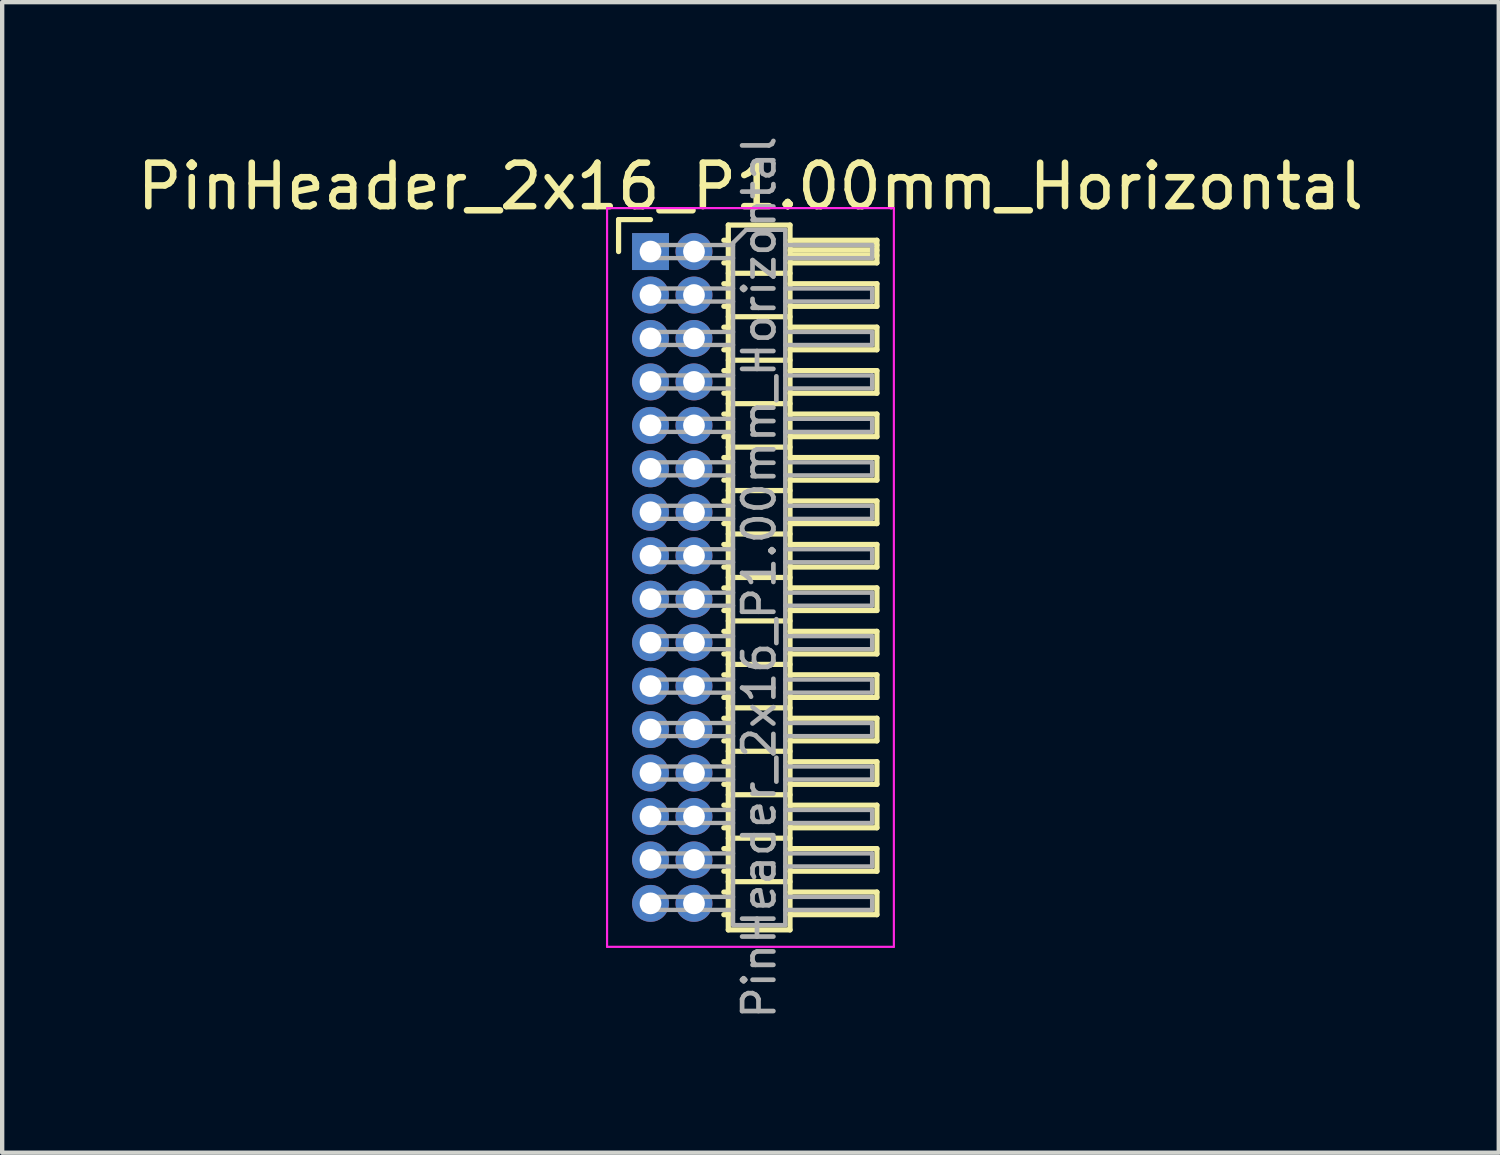
<source format=kicad_pcb>
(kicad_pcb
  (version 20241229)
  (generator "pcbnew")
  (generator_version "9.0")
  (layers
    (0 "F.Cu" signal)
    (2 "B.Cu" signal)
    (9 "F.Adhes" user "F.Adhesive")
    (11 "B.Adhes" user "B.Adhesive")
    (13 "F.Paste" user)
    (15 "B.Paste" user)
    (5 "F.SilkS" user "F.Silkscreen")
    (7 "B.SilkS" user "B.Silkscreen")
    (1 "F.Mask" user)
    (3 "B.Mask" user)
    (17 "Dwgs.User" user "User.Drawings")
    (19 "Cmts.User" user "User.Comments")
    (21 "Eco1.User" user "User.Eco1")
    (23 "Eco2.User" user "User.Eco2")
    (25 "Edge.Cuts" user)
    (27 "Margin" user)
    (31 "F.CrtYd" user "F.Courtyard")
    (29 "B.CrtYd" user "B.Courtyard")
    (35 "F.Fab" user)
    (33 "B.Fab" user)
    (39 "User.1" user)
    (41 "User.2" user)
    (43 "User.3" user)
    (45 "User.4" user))
  (footprint "PinHeader_2x16_P1.00mm_Horizontal"
    (layer "F.Cu")
    (at 11.92 2.739)
    (property "Reference" "PinHeader_2x16_P1.00mm_Horizontal" (at 2.3 -1.5 0) (layer "F.SilkS") (effects (font (size 1 1) (thickness 0.15))))
    (attr through_hole)
    (fp_line (start -0.735 -0.735) (end 0 -0.735) (stroke (width 0.12) (type solid)) (layer "F.SilkS"))
    (fp_line (start -0.735 0) (end -0.735 -0.735) (stroke (width 0.12) (type solid)) (layer "F.SilkS"))
    (fp_line (start 1.687 -0.26) (end 1.79 -0.26) (stroke (width 0.12) (type solid)) (layer "F.SilkS"))
    (fp_line (start 1.687 0.26) (end 1.79 0.26) (stroke (width 0.12) (type solid)) (layer "F.SilkS"))
    (fp_line (start 1.687 0.74) (end 1.79 0.74) (stroke (width 0.12) (type solid)) (layer "F.SilkS"))
    (fp_line (start 1.687 1.26) (end 1.79 1.26) (stroke (width 0.12) (type solid)) (layer "F.SilkS"))
    (fp_line (start 1.687 1.74) (end 1.79 1.74) (stroke (width 0.12) (type solid)) (layer "F.SilkS"))
    (fp_line (start 1.687 2.26) (end 1.79 2.26) (stroke (width 0.12) (type solid)) (layer "F.SilkS"))
    (fp_line (start 1.687 2.74) (end 1.79 2.74) (stroke (width 0.12) (type solid)) (layer "F.SilkS"))
    (fp_line (start 1.687 3.26) (end 1.79 3.26) (stroke (width 0.12) (type solid)) (layer "F.SilkS"))
    (fp_line (start 1.687 3.74) (end 1.79 3.74) (stroke (width 0.12) (type solid)) (layer "F.SilkS"))
    (fp_line (start 1.687 4.26) (end 1.79 4.26) (stroke (width 0.12) (type solid)) (layer "F.SilkS"))
    (fp_line (start 1.687 4.74) (end 1.79 4.74) (stroke (width 0.12) (type solid)) (layer "F.SilkS"))
    (fp_line (start 1.687 5.26) (end 1.79 5.26) (stroke (width 0.12) (type solid)) (layer "F.SilkS"))
    (fp_line (start 1.687 5.74) (end 1.79 5.74) (stroke (width 0.12) (type solid)) (layer "F.SilkS"))
    (fp_line (start 1.687 6.26) (end 1.79 6.26) (stroke (width 0.12) (type solid)) (layer "F.SilkS"))
    (fp_line (start 1.687 6.74) (end 1.79 6.74) (stroke (width 0.12) (type solid)) (layer "F.SilkS"))
    (fp_line (start 1.687 7.26) (end 1.79 7.26) (stroke (width 0.12) (type solid)) (layer "F.SilkS"))
    (fp_line (start 1.687 7.74) (end 1.79 7.74) (stroke (width 0.12) (type solid)) (layer "F.SilkS"))
    (fp_line (start 1.687 8.26) (end 1.79 8.26) (stroke (width 0.12) (type solid)) (layer "F.SilkS"))
    (fp_line (start 1.687 8.74) (end 1.79 8.74) (stroke (width 0.12) (type solid)) (layer "F.SilkS"))
    (fp_line (start 1.687 9.26) (end 1.79 9.26) (stroke (width 0.12) (type solid)) (layer "F.SilkS"))
    (fp_line (start 1.687 9.74) (end 1.79 9.74) (stroke (width 0.12) (type solid)) (layer "F.SilkS"))
    (fp_line (start 1.687 10.26) (end 1.79 10.26) (stroke (width 0.12) (type solid)) (layer "F.SilkS"))
    (fp_line (start 1.687 10.74) (end 1.79 10.74) (stroke (width 0.12) (type solid)) (layer "F.SilkS"))
    (fp_line (start 1.687 11.26) (end 1.79 11.26) (stroke (width 0.12) (type solid)) (layer "F.SilkS"))
    (fp_line (start 1.687 11.74) (end 1.79 11.74) (stroke (width 0.12) (type solid)) (layer "F.SilkS"))
    (fp_line (start 1.687 12.26) (end 1.79 12.26) (stroke (width 0.12) (type solid)) (layer "F.SilkS"))
    (fp_line (start 1.687 12.74) (end 1.79 12.74) (stroke (width 0.12) (type solid)) (layer "F.SilkS"))
    (fp_line (start 1.687 13.26) (end 1.79 13.26) (stroke (width 0.12) (type solid)) (layer "F.SilkS"))
    (fp_line (start 1.687 13.74) (end 1.79 13.74) (stroke (width 0.12) (type solid)) (layer "F.SilkS"))
    (fp_line (start 1.687 14.26) (end 1.79 14.26) (stroke (width 0.12) (type solid)) (layer "F.SilkS"))
    (fp_line (start 1.687 14.74) (end 1.79 14.74) (stroke (width 0.12) (type solid)) (layer "F.SilkS"))
    (fp_line (start 1.687 15.26) (end 1.79 15.26) (stroke (width 0.12) (type solid)) (layer "F.SilkS"))
    (fp_line (start 1.79 -0.61) (end 1.79 15.61) (stroke (width 0.12) (type solid)) (layer "F.SilkS"))
    (fp_line (start 1.79 0.5) (end 3.21 0.5) (stroke (width 0.12) (type solid)) (layer "F.SilkS"))
    (fp_line (start 1.79 1.5) (end 3.21 1.5) (stroke (width 0.12) (type solid)) (layer "F.SilkS"))
    (fp_line (start 1.79 2.5) (end 3.21 2.5) (stroke (width 0.12) (type solid)) (layer "F.SilkS"))
    (fp_line (start 1.79 3.5) (end 3.21 3.5) (stroke (width 0.12) (type solid)) (layer "F.SilkS"))
    (fp_line (start 1.79 4.5) (end 3.21 4.5) (stroke (width 0.12) (type solid)) (layer "F.SilkS"))
    (fp_line (start 1.79 5.5) (end 3.21 5.5) (stroke (width 0.12) (type solid)) (layer "F.SilkS"))
    (fp_line (start 1.79 6.5) (end 3.21 6.5) (stroke (width 0.12) (type solid)) (layer "F.SilkS"))
    (fp_line (start 1.79 7.5) (end 3.21 7.5) (stroke (width 0.12) (type solid)) (layer "F.SilkS"))
    (fp_line (start 1.79 8.5) (end 3.21 8.5) (stroke (width 0.12) (type solid)) (layer "F.SilkS"))
    (fp_line (start 1.79 9.5) (end 3.21 9.5) (stroke (width 0.12) (type solid)) (layer "F.SilkS"))
    (fp_line (start 1.79 10.5) (end 3.21 10.5) (stroke (width 0.12) (type solid)) (layer "F.SilkS"))
    (fp_line (start 1.79 11.5) (end 3.21 11.5) (stroke (width 0.12) (type solid)) (layer "F.SilkS"))
    (fp_line (start 1.79 12.5) (end 3.21 12.5) (stroke (width 0.12) (type solid)) (layer "F.SilkS"))
    (fp_line (start 1.79 13.5) (end 3.21 13.5) (stroke (width 0.12) (type solid)) (layer "F.SilkS"))
    (fp_line (start 1.79 14.5) (end 3.21 14.5) (stroke (width 0.12) (type solid)) (layer "F.SilkS"))
    (fp_line (start 1.79 15.61) (end 3.21 15.61) (stroke (width 0.12) (type solid)) (layer "F.SilkS"))
    (fp_line (start 3.21 -0.61) (end 1.79 -0.61) (stroke (width 0.12) (type solid)) (layer "F.SilkS"))
    (fp_line (start 3.21 -0.26) (end 5.21 -0.26) (stroke (width 0.12) (type solid)) (layer "F.SilkS"))
    (fp_line (start 3.21 -0.15) (end 5.21 -0.15) (stroke (width 0.12) (type solid)) (layer "F.SilkS"))
    (fp_line (start 3.21 -0.03) (end 5.21 -0.03) (stroke (width 0.12) (type solid)) (layer "F.SilkS"))
    (fp_line (start 3.21 0.09) (end 5.21 0.09) (stroke (width 0.12) (type solid)) (layer "F.SilkS"))
    (fp_line (start 3.21 0.74) (end 5.21 0.74) (stroke (width 0.12) (type solid)) (layer "F.SilkS"))
    (fp_line (start 3.21 1.74) (end 5.21 1.74) (stroke (width 0.12) (type solid)) (layer "F.SilkS"))
    (fp_line (start 3.21 2.74) (end 5.21 2.74) (stroke (width 0.12) (type solid)) (layer "F.SilkS"))
    (fp_line (start 3.21 3.74) (end 5.21 3.74) (stroke (width 0.12) (type solid)) (layer "F.SilkS"))
    (fp_line (start 3.21 4.74) (end 5.21 4.74) (stroke (width 0.12) (type solid)) (layer "F.SilkS"))
    (fp_line (start 3.21 5.74) (end 5.21 5.74) (stroke (width 0.12) (type solid)) (layer "F.SilkS"))
    (fp_line (start 3.21 6.74) (end 5.21 6.74) (stroke (width 0.12) (type solid)) (layer "F.SilkS"))
    (fp_line (start 3.21 7.74) (end 5.21 7.74) (stroke (width 0.12) (type solid)) (layer "F.SilkS"))
    (fp_line (start 3.21 8.74) (end 5.21 8.74) (stroke (width 0.12) (type solid)) (layer "F.SilkS"))
    (fp_line (start 3.21 9.74) (end 5.21 9.74) (stroke (width 0.12) (type solid)) (layer "F.SilkS"))
    (fp_line (start 3.21 10.74) (end 5.21 10.74) (stroke (width 0.12) (type solid)) (layer "F.SilkS"))
    (fp_line (start 3.21 11.74) (end 5.21 11.74) (stroke (width 0.12) (type solid)) (layer "F.SilkS"))
    (fp_line (start 3.21 12.74) (end 5.21 12.74) (stroke (width 0.12) (type solid)) (layer "F.SilkS"))
    (fp_line (start 3.21 13.74) (end 5.21 13.74) (stroke (width 0.12) (type solid)) (layer "F.SilkS"))
    (fp_line (start 3.21 14.74) (end 5.21 14.74) (stroke (width 0.12) (type solid)) (layer "F.SilkS"))
    (fp_line (start 3.21 15.61) (end 3.21 -0.61) (stroke (width 0.12) (type solid)) (layer "F.SilkS"))
    (fp_line (start 5.21 -0.26) (end 5.21 0.26) (stroke (width 0.12) (type solid)) (layer "F.SilkS"))
    (fp_line (start 5.21 0.26) (end 3.21 0.26) (stroke (width 0.12) (type solid)) (layer "F.SilkS"))
    (fp_line (start 5.21 0.74) (end 5.21 1.26) (stroke (width 0.12) (type solid)) (layer "F.SilkS"))
    (fp_line (start 5.21 1.26) (end 3.21 1.26) (stroke (width 0.12) (type solid)) (layer "F.SilkS"))
    (fp_line (start 5.21 1.74) (end 5.21 2.26) (stroke (width 0.12) (type solid)) (layer "F.SilkS"))
    (fp_line (start 5.21 2.26) (end 3.21 2.26) (stroke (width 0.12) (type solid)) (layer "F.SilkS"))
    (fp_line (start 5.21 2.74) (end 5.21 3.26) (stroke (width 0.12) (type solid)) (layer "F.SilkS"))
    (fp_line (start 5.21 3.26) (end 3.21 3.26) (stroke (width 0.12) (type solid)) (layer "F.SilkS"))
    (fp_line (start 5.21 3.74) (end 5.21 4.26) (stroke (width 0.12) (type solid)) (layer "F.SilkS"))
    (fp_line (start 5.21 4.26) (end 3.21 4.26) (stroke (width 0.12) (type solid)) (layer "F.SilkS"))
    (fp_line (start 5.21 4.74) (end 5.21 5.26) (stroke (width 0.12) (type solid)) (layer "F.SilkS"))
    (fp_line (start 5.21 5.26) (end 3.21 5.26) (stroke (width 0.12) (type solid)) (layer "F.SilkS"))
    (fp_line (start 5.21 5.74) (end 5.21 6.26) (stroke (width 0.12) (type solid)) (layer "F.SilkS"))
    (fp_line (start 5.21 6.26) (end 3.21 6.26) (stroke (width 0.12) (type solid)) (layer "F.SilkS"))
    (fp_line (start 5.21 6.74) (end 5.21 7.26) (stroke (width 0.12) (type solid)) (layer "F.SilkS"))
    (fp_line (start 5.21 7.26) (end 3.21 7.26) (stroke (width 0.12) (type solid)) (layer "F.SilkS"))
    (fp_line (start 5.21 7.74) (end 5.21 8.26) (stroke (width 0.12) (type solid)) (layer "F.SilkS"))
    (fp_line (start 5.21 8.26) (end 3.21 8.26) (stroke (width 0.12) (type solid)) (layer "F.SilkS"))
    (fp_line (start 5.21 8.74) (end 5.21 9.26) (stroke (width 0.12) (type solid)) (layer "F.SilkS"))
    (fp_line (start 5.21 9.26) (end 3.21 9.26) (stroke (width 0.12) (type solid)) (layer "F.SilkS"))
    (fp_line (start 5.21 9.74) (end 5.21 10.26) (stroke (width 0.12) (type solid)) (layer "F.SilkS"))
    (fp_line (start 5.21 10.26) (end 3.21 10.26) (stroke (width 0.12) (type solid)) (layer "F.SilkS"))
    (fp_line (start 5.21 10.74) (end 5.21 11.26) (stroke (width 0.12) (type solid)) (layer "F.SilkS"))
    (fp_line (start 5.21 11.26) (end 3.21 11.26) (stroke (width 0.12) (type solid)) (layer "F.SilkS"))
    (fp_line (start 5.21 11.74) (end 5.21 12.26) (stroke (width 0.12) (type solid)) (layer "F.SilkS"))
    (fp_line (start 5.21 12.26) (end 3.21 12.26) (stroke (width 0.12) (type solid)) (layer "F.SilkS"))
    (fp_line (start 5.21 12.74) (end 5.21 13.26) (stroke (width 0.12) (type solid)) (layer "F.SilkS"))
    (fp_line (start 5.21 13.26) (end 3.21 13.26) (stroke (width 0.12) (type solid)) (layer "F.SilkS"))
    (fp_line (start 5.21 13.74) (end 5.21 14.26) (stroke (width 0.12) (type solid)) (layer "F.SilkS"))
    (fp_line (start 5.21 14.26) (end 3.21 14.26) (stroke (width 0.12) (type solid)) (layer "F.SilkS"))
    (fp_line (start 5.21 14.74) (end 5.21 15.26) (stroke (width 0.12) (type solid)) (layer "F.SilkS"))
    (fp_line (start 5.21 15.26) (end 3.21 15.26) (stroke (width 0.12) (type solid)) (layer "F.SilkS"))
    (fp_line (start -1 -1) (end -1 16) (stroke (width 0.05) (type solid)) (layer "F.CrtYd"))
    (fp_line (start -1 16) (end 5.6 16) (stroke (width 0.05) (type solid)) (layer "F.CrtYd"))
    (fp_line (start 5.6 -1) (end -1 -1) (stroke (width 0.05) (type solid)) (layer "F.CrtYd"))
    (fp_line (start 5.6 16) (end 5.6 -1) (stroke (width 0.05) (type solid)) (layer "F.CrtYd"))
    (fp_line (start -0.15 -0.15) (end -0.15 0.15) (stroke (width 0.1) (type solid)) (layer "F.Fab"))
    (fp_line (start -0.15 -0.15) (end 1.9 -0.15) (stroke (width 0.1) (type solid)) (layer "F.Fab"))
    (fp_line (start -0.15 0.15) (end 1.9 0.15) (stroke (width 0.1) (type solid)) (layer "F.Fab"))
    (fp_line (start -0.15 0.85) (end -0.15 1.15) (stroke (width 0.1) (type solid)) (layer "F.Fab"))
    (fp_line (start -0.15 0.85) (end 1.9 0.85) (stroke (width 0.1) (type solid)) (layer "F.Fab"))
    (fp_line (start -0.15 1.15) (end 1.9 1.15) (stroke (width 0.1) (type solid)) (layer "F.Fab"))
    (fp_line (start -0.15 1.85) (end -0.15 2.15) (stroke (width 0.1) (type solid)) (layer "F.Fab"))
    (fp_line (start -0.15 1.85) (end 1.9 1.85) (stroke (width 0.1) (type solid)) (layer "F.Fab"))
    (fp_line (start -0.15 2.15) (end 1.9 2.15) (stroke (width 0.1) (type solid)) (layer "F.Fab"))
    (fp_line (start -0.15 2.85) (end -0.15 3.15) (stroke (width 0.1) (type solid)) (layer "F.Fab"))
    (fp_line (start -0.15 2.85) (end 1.9 2.85) (stroke (width 0.1) (type solid)) (layer "F.Fab"))
    (fp_line (start -0.15 3.15) (end 1.9 3.15) (stroke (width 0.1) (type solid)) (layer "F.Fab"))
    (fp_line (start -0.15 3.85) (end -0.15 4.15) (stroke (width 0.1) (type solid)) (layer "F.Fab"))
    (fp_line (start -0.15 3.85) (end 1.9 3.85) (stroke (width 0.1) (type solid)) (layer "F.Fab"))
    (fp_line (start -0.15 4.15) (end 1.9 4.15) (stroke (width 0.1) (type solid)) (layer "F.Fab"))
    (fp_line (start -0.15 4.85) (end -0.15 5.15) (stroke (width 0.1) (type solid)) (layer "F.Fab"))
    (fp_line (start -0.15 4.85) (end 1.9 4.85) (stroke (width 0.1) (type solid)) (layer "F.Fab"))
    (fp_line (start -0.15 5.15) (end 1.9 5.15) (stroke (width 0.1) (type solid)) (layer "F.Fab"))
    (fp_line (start -0.15 5.85) (end -0.15 6.15) (stroke (width 0.1) (type solid)) (layer "F.Fab"))
    (fp_line (start -0.15 5.85) (end 1.9 5.85) (stroke (width 0.1) (type solid)) (layer "F.Fab"))
    (fp_line (start -0.15 6.15) (end 1.9 6.15) (stroke (width 0.1) (type solid)) (layer "F.Fab"))
    (fp_line (start -0.15 6.85) (end -0.15 7.15) (stroke (width 0.1) (type solid)) (layer "F.Fab"))
    (fp_line (start -0.15 6.85) (end 1.9 6.85) (stroke (width 0.1) (type solid)) (layer "F.Fab"))
    (fp_line (start -0.15 7.15) (end 1.9 7.15) (stroke (width 0.1) (type solid)) (layer "F.Fab"))
    (fp_line (start -0.15 7.85) (end -0.15 8.15) (stroke (width 0.1) (type solid)) (layer "F.Fab"))
    (fp_line (start -0.15 7.85) (end 1.9 7.85) (stroke (width 0.1) (type solid)) (layer "F.Fab"))
    (fp_line (start -0.15 8.15) (end 1.9 8.15) (stroke (width 0.1) (type solid)) (layer "F.Fab"))
    (fp_line (start -0.15 8.85) (end -0.15 9.15) (stroke (width 0.1) (type solid)) (layer "F.Fab"))
    (fp_line (start -0.15 8.85) (end 1.9 8.85) (stroke (width 0.1) (type solid)) (layer "F.Fab"))
    (fp_line (start -0.15 9.15) (end 1.9 9.15) (stroke (width 0.1) (type solid)) (layer "F.Fab"))
    (fp_line (start -0.15 9.85) (end -0.15 10.15) (stroke (width 0.1) (type solid)) (layer "F.Fab"))
    (fp_line (start -0.15 9.85) (end 1.9 9.85) (stroke (width 0.1) (type solid)) (layer "F.Fab"))
    (fp_line (start -0.15 10.15) (end 1.9 10.15) (stroke (width 0.1) (type solid)) (layer "F.Fab"))
    (fp_line (start -0.15 10.85) (end -0.15 11.15) (stroke (width 0.1) (type solid)) (layer "F.Fab"))
    (fp_line (start -0.15 10.85) (end 1.9 10.85) (stroke (width 0.1) (type solid)) (layer "F.Fab"))
    (fp_line (start -0.15 11.15) (end 1.9 11.15) (stroke (width 0.1) (type solid)) (layer "F.Fab"))
    (fp_line (start -0.15 11.85) (end -0.15 12.15) (stroke (width 0.1) (type solid)) (layer "F.Fab"))
    (fp_line (start -0.15 11.85) (end 1.9 11.85) (stroke (width 0.1) (type solid)) (layer "F.Fab"))
    (fp_line (start -0.15 12.15) (end 1.9 12.15) (stroke (width 0.1) (type solid)) (layer "F.Fab"))
    (fp_line (start -0.15 12.85) (end -0.15 13.15) (stroke (width 0.1) (type solid)) (layer "F.Fab"))
    (fp_line (start -0.15 12.85) (end 1.9 12.85) (stroke (width 0.1) (type solid)) (layer "F.Fab"))
    (fp_line (start -0.15 13.15) (end 1.9 13.15) (stroke (width 0.1) (type solid)) (layer "F.Fab"))
    (fp_line (start -0.15 13.85) (end -0.15 14.15) (stroke (width 0.1) (type solid)) (layer "F.Fab"))
    (fp_line (start -0.15 13.85) (end 1.9 13.85) (stroke (width 0.1) (type solid)) (layer "F.Fab"))
    (fp_line (start -0.15 14.15) (end 1.9 14.15) (stroke (width 0.1) (type solid)) (layer "F.Fab"))
    (fp_line (start -0.15 14.85) (end -0.15 15.15) (stroke (width 0.1) (type solid)) (layer "F.Fab"))
    (fp_line (start -0.15 14.85) (end 1.9 14.85) (stroke (width 0.1) (type solid)) (layer "F.Fab"))
    (fp_line (start -0.15 15.15) (end 1.9 15.15) (stroke (width 0.1) (type solid)) (layer "F.Fab"))
    (fp_line (start 1.9 -0.2) (end 2.2 -0.5) (stroke (width 0.1) (type solid)) (layer "F.Fab"))
    (fp_line (start 1.9 15.5) (end 1.9 -0.2) (stroke (width 0.1) (type solid)) (layer "F.Fab"))
    (fp_line (start 2.2 -0.5) (end 3.1 -0.5) (stroke (width 0.1) (type solid)) (layer "F.Fab"))
    (fp_line (start 3.1 -0.5) (end 3.1 15.5) (stroke (width 0.1) (type solid)) (layer "F.Fab"))
    (fp_line (start 3.1 -0.15) (end 5.1 -0.15) (stroke (width 0.1) (type solid)) (layer "F.Fab"))
    (fp_line (start 3.1 0.15) (end 5.1 0.15) (stroke (width 0.1) (type solid)) (layer "F.Fab"))
    (fp_line (start 3.1 0.85) (end 5.1 0.85) (stroke (width 0.1) (type solid)) (layer "F.Fab"))
    (fp_line (start 3.1 1.15) (end 5.1 1.15) (stroke (width 0.1) (type solid)) (layer "F.Fab"))
    (fp_line (start 3.1 1.85) (end 5.1 1.85) (stroke (width 0.1) (type solid)) (layer "F.Fab"))
    (fp_line (start 3.1 2.15) (end 5.1 2.15) (stroke (width 0.1) (type solid)) (layer "F.Fab"))
    (fp_line (start 3.1 2.85) (end 5.1 2.85) (stroke (width 0.1) (type solid)) (layer "F.Fab"))
    (fp_line (start 3.1 3.15) (end 5.1 3.15) (stroke (width 0.1) (type solid)) (layer "F.Fab"))
    (fp_line (start 3.1 3.85) (end 5.1 3.85) (stroke (width 0.1) (type solid)) (layer "F.Fab"))
    (fp_line (start 3.1 4.15) (end 5.1 4.15) (stroke (width 0.1) (type solid)) (layer "F.Fab"))
    (fp_line (start 3.1 4.85) (end 5.1 4.85) (stroke (width 0.1) (type solid)) (layer "F.Fab"))
    (fp_line (start 3.1 5.15) (end 5.1 5.15) (stroke (width 0.1) (type solid)) (layer "F.Fab"))
    (fp_line (start 3.1 5.85) (end 5.1 5.85) (stroke (width 0.1) (type solid)) (layer "F.Fab"))
    (fp_line (start 3.1 6.15) (end 5.1 6.15) (stroke (width 0.1) (type solid)) (layer "F.Fab"))
    (fp_line (start 3.1 6.85) (end 5.1 6.85) (stroke (width 0.1) (type solid)) (layer "F.Fab"))
    (fp_line (start 3.1 7.15) (end 5.1 7.15) (stroke (width 0.1) (type solid)) (layer "F.Fab"))
    (fp_line (start 3.1 7.85) (end 5.1 7.85) (stroke (width 0.1) (type solid)) (layer "F.Fab"))
    (fp_line (start 3.1 8.15) (end 5.1 8.15) (stroke (width 0.1) (type solid)) (layer "F.Fab"))
    (fp_line (start 3.1 8.85) (end 5.1 8.85) (stroke (width 0.1) (type solid)) (layer "F.Fab"))
    (fp_line (start 3.1 9.15) (end 5.1 9.15) (stroke (width 0.1) (type solid)) (layer "F.Fab"))
    (fp_line (start 3.1 9.85) (end 5.1 9.85) (stroke (width 0.1) (type solid)) (layer "F.Fab"))
    (fp_line (start 3.1 10.15) (end 5.1 10.15) (stroke (width 0.1) (type solid)) (layer "F.Fab"))
    (fp_line (start 3.1 10.85) (end 5.1 10.85) (stroke (width 0.1) (type solid)) (layer "F.Fab"))
    (fp_line (start 3.1 11.15) (end 5.1 11.15) (stroke (width 0.1) (type solid)) (layer "F.Fab"))
    (fp_line (start 3.1 11.85) (end 5.1 11.85) (stroke (width 0.1) (type solid)) (layer "F.Fab"))
    (fp_line (start 3.1 12.15) (end 5.1 12.15) (stroke (width 0.1) (type solid)) (layer "F.Fab"))
    (fp_line (start 3.1 12.85) (end 5.1 12.85) (stroke (width 0.1) (type solid)) (layer "F.Fab"))
    (fp_line (start 3.1 13.15) (end 5.1 13.15) (stroke (width 0.1) (type solid)) (layer "F.Fab"))
    (fp_line (start 3.1 13.85) (end 5.1 13.85) (stroke (width 0.1) (type solid)) (layer "F.Fab"))
    (fp_line (start 3.1 14.15) (end 5.1 14.15) (stroke (width 0.1) (type solid)) (layer "F.Fab"))
    (fp_line (start 3.1 14.85) (end 5.1 14.85) (stroke (width 0.1) (type solid)) (layer "F.Fab"))
    (fp_line (start 3.1 15.15) (end 5.1 15.15) (stroke (width 0.1) (type solid)) (layer "F.Fab"))
    (fp_line (start 3.1 15.5) (end 1.9 15.5) (stroke (width 0.1) (type solid)) (layer "F.Fab"))
    (fp_line (start 5.1 -0.15) (end 5.1 0.15) (stroke (width 0.1) (type solid)) (layer "F.Fab"))
    (fp_line (start 5.1 0.85) (end 5.1 1.15) (stroke (width 0.1) (type solid)) (layer "F.Fab"))
    (fp_line (start 5.1 1.85) (end 5.1 2.15) (stroke (width 0.1) (type solid)) (layer "F.Fab"))
    (fp_line (start 5.1 2.85) (end 5.1 3.15) (stroke (width 0.1) (type solid)) (layer "F.Fab"))
    (fp_line (start 5.1 3.85) (end 5.1 4.15) (stroke (width 0.1) (type solid)) (layer "F.Fab"))
    (fp_line (start 5.1 4.85) (end 5.1 5.15) (stroke (width 0.1) (type solid)) (layer "F.Fab"))
    (fp_line (start 5.1 5.85) (end 5.1 6.15) (stroke (width 0.1) (type solid)) (layer "F.Fab"))
    (fp_line (start 5.1 6.85) (end 5.1 7.15) (stroke (width 0.1) (type solid)) (layer "F.Fab"))
    (fp_line (start 5.1 7.85) (end 5.1 8.15) (stroke (width 0.1) (type solid)) (layer "F.Fab"))
    (fp_line (start 5.1 8.85) (end 5.1 9.15) (stroke (width 0.1) (type solid)) (layer "F.Fab"))
    (fp_line (start 5.1 9.85) (end 5.1 10.15) (stroke (width 0.1) (type solid)) (layer "F.Fab"))
    (fp_line (start 5.1 10.85) (end 5.1 11.15) (stroke (width 0.1) (type solid)) (layer "F.Fab"))
    (fp_line (start 5.1 11.85) (end 5.1 12.15) (stroke (width 0.1) (type solid)) (layer "F.Fab"))
    (fp_line (start 5.1 12.85) (end 5.1 13.15) (stroke (width 0.1) (type solid)) (layer "F.Fab"))
    (fp_line (start 5.1 13.85) (end 5.1 14.15) (stroke (width 0.1) (type solid)) (layer "F.Fab"))
    (fp_line (start 5.1 14.85) (end 5.1 15.15) (stroke (width 0.1) (type solid)) (layer "F.Fab"))
    (fp_text user "${REFERENCE}" (at 2.5 7.5 90) (layer "F.Fab") (effects (font (size 0.72 0.72) (thickness 0.108))))
    (pad "1" thru_hole rect (at 0 0) (size 0.85 0.85) (drill 0.5) (layers "*.Cu" "*.Mask"))
    (pad "2" thru_hole circle (at 1 0) (size 0.85 0.85) (drill 0.5) (layers "*.Cu" "*.Mask"))
    (pad "3" thru_hole circle (at 0 1) (size 0.85 0.85) (drill 0.5) (layers "*.Cu" "*.Mask"))
    (pad "4" thru_hole circle (at 1 1) (size 0.85 0.85) (drill 0.5) (layers "*.Cu" "*.Mask"))
    (pad "5" thru_hole circle (at 0 2) (size 0.85 0.85) (drill 0.5) (layers "*.Cu" "*.Mask"))
    (pad "6" thru_hole circle (at 1 2) (size 0.85 0.85) (drill 0.5) (layers "*.Cu" "*.Mask"))
    (pad "7" thru_hole circle (at 0 3) (size 0.85 0.85) (drill 0.5) (layers "*.Cu" "*.Mask"))
    (pad "8" thru_hole circle (at 1 3) (size 0.85 0.85) (drill 0.5) (layers "*.Cu" "*.Mask"))
    (pad "9" thru_hole circle (at 0 4) (size 0.85 0.85) (drill 0.5) (layers "*.Cu" "*.Mask"))
    (pad "10" thru_hole circle (at 1 4) (size 0.85 0.85) (drill 0.5) (layers "*.Cu" "*.Mask"))
    (pad "11" thru_hole circle (at 0 5) (size 0.85 0.85) (drill 0.5) (layers "*.Cu" "*.Mask"))
    (pad "12" thru_hole circle (at 1 5) (size 0.85 0.85) (drill 0.5) (layers "*.Cu" "*.Mask"))
    (pad "13" thru_hole circle (at 0 6) (size 0.85 0.85) (drill 0.5) (layers "*.Cu" "*.Mask"))
    (pad "14" thru_hole circle (at 1 6) (size 0.85 0.85) (drill 0.5) (layers "*.Cu" "*.Mask"))
    (pad "15" thru_hole circle (at 0 7) (size 0.85 0.85) (drill 0.5) (layers "*.Cu" "*.Mask"))
    (pad "16" thru_hole circle (at 1 7) (size 0.85 0.85) (drill 0.5) (layers "*.Cu" "*.Mask"))
    (pad "17" thru_hole circle (at 0 8) (size 0.85 0.85) (drill 0.5) (layers "*.Cu" "*.Mask"))
    (pad "18" thru_hole circle (at 1 8) (size 0.85 0.85) (drill 0.5) (layers "*.Cu" "*.Mask"))
    (pad "19" thru_hole circle (at 0 9) (size 0.85 0.85) (drill 0.5) (layers "*.Cu" "*.Mask"))
    (pad "20" thru_hole circle (at 1 9) (size 0.85 0.85) (drill 0.5) (layers "*.Cu" "*.Mask"))
    (pad "21" thru_hole circle (at 0 10) (size 0.85 0.85) (drill 0.5) (layers "*.Cu" "*.Mask"))
    (pad "22" thru_hole circle (at 1 10) (size 0.85 0.85) (drill 0.5) (layers "*.Cu" "*.Mask"))
    (pad "23" thru_hole circle (at 0 11) (size 0.85 0.85) (drill 0.5) (layers "*.Cu" "*.Mask"))
    (pad "24" thru_hole circle (at 1 11) (size 0.85 0.85) (drill 0.5) (layers "*.Cu" "*.Mask"))
    (pad "25" thru_hole circle (at 0 12) (size 0.85 0.85) (drill 0.5) (layers "*.Cu" "*.Mask"))
    (pad "26" thru_hole circle (at 1 12) (size 0.85 0.85) (drill 0.5) (layers "*.Cu" "*.Mask"))
    (pad "27" thru_hole circle (at 0 13) (size 0.85 0.85) (drill 0.5) (layers "*.Cu" "*.Mask"))
    (pad "28" thru_hole circle (at 1 13) (size 0.85 0.85) (drill 0.5) (layers "*.Cu" "*.Mask"))
    (pad "29" thru_hole circle (at 0 14) (size 0.85 0.85) (drill 0.5) (layers "*.Cu" "*.Mask"))
    (pad "30" thru_hole circle (at 1 14) (size 0.85 0.85) (drill 0.5) (layers "*.Cu" "*.Mask"))
    (pad "31" thru_hole circle (at 0 15) (size 0.85 0.85) (drill 0.5) (layers "*.Cu" "*.Mask"))
    (pad "32" thru_hole circle (at 1 15) (size 0.85 0.85) (drill 0.5) (layers "*.Cu" "*.Mask")))
  (gr_rect
    (start -3 -3)
    (end 31.44 23.477)
    (stroke (width 0.1) (type default))
    (fill no)
    (layer "Edge.Cuts")))
</source>
